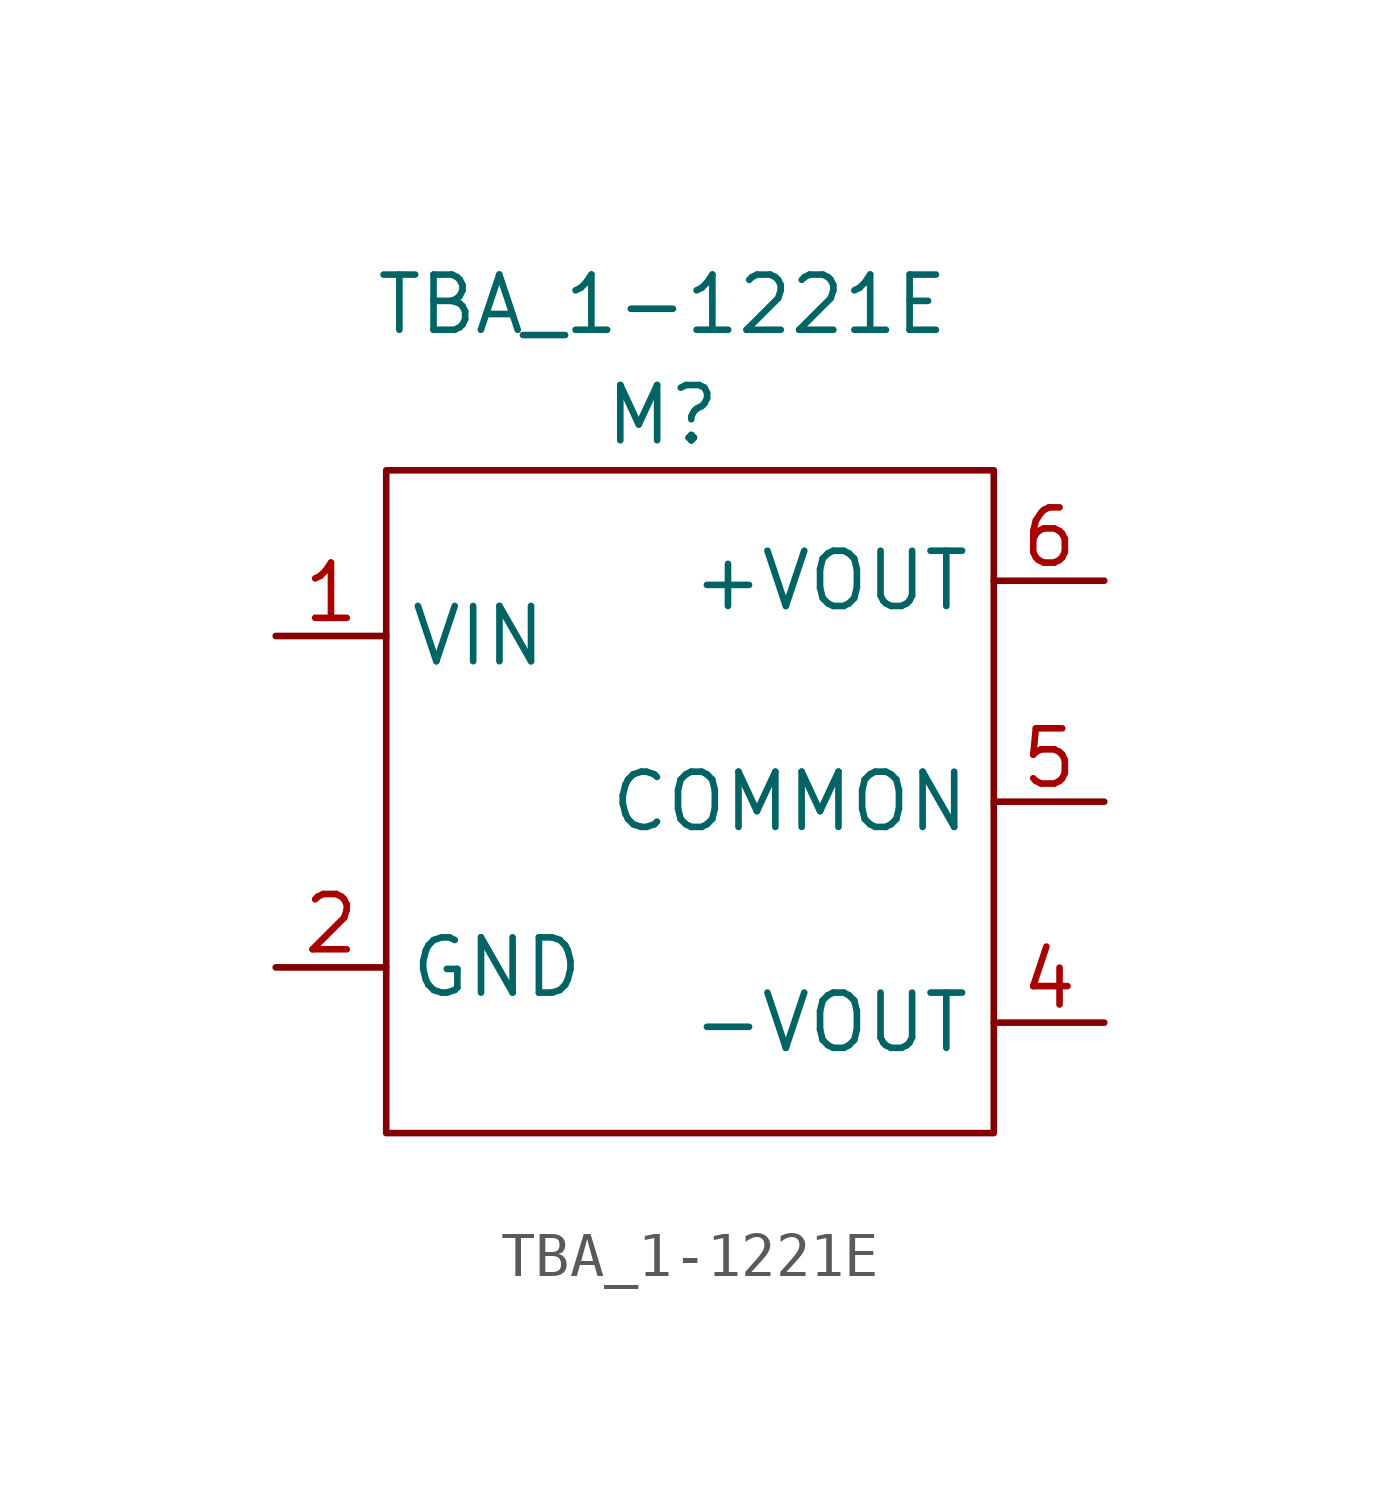
<source format=kicad_sym>
(kicad_symbol_lib
  (version 20211014)
  (generator kicad_symbol_editor)
  (symbol "TBA_1-1221E"
    (property "Reference" "M"
      (at 6.35 1.27 0)
      (effects (font (size 1.27 1.27))))
    (property "Value" "TBA_1-1221E"
      (at 6.35 3.81 0)
      (effects (font (size 1.27 1.27))))
    (symbol "TBA_1-1221E_0_1"
      (rectangle (start 0 0) (end 13.97 -15.24) (stroke (width 0) (type default) (color 0 0 0 0)) (fill (type none))))
    (symbol "TBA_1-1221E_1_1"
      (pin power_in line (at -2.54 -3.81 0) (length 2.54) (name "VIN" (effects (font (size 1.27 1.27)))) (number "1" (effects (font (size 1.27 1.27)))))
      (pin power_in line (at -2.54 -11.43 0) (length 2.54) (name "GND" (effects (font (size 1.27 1.27)))) (number "2" (effects (font (size 1.27 1.27)))))
      (pin power_out line (at 16.51 -12.7 180) (length 2.54) (name "-VOUT" (effects (font (size 1.27 1.27)))) (number "4" (effects (font (size 1.27 1.27)))))
      (pin power_out line (at 16.51 -7.62 180) (length 2.54) (name "COMMON" (effects (font (size 1.27 1.27)))) (number "5" (effects (font (size 1.27 1.27)))))
      (pin power_out line (at 16.51 -2.54 180) (length 2.54) (name "+VOUT" (effects (font (size 1.27 1.27)))) (number "6" (effects (font (size 1.27 1.27))))))))
</source>
